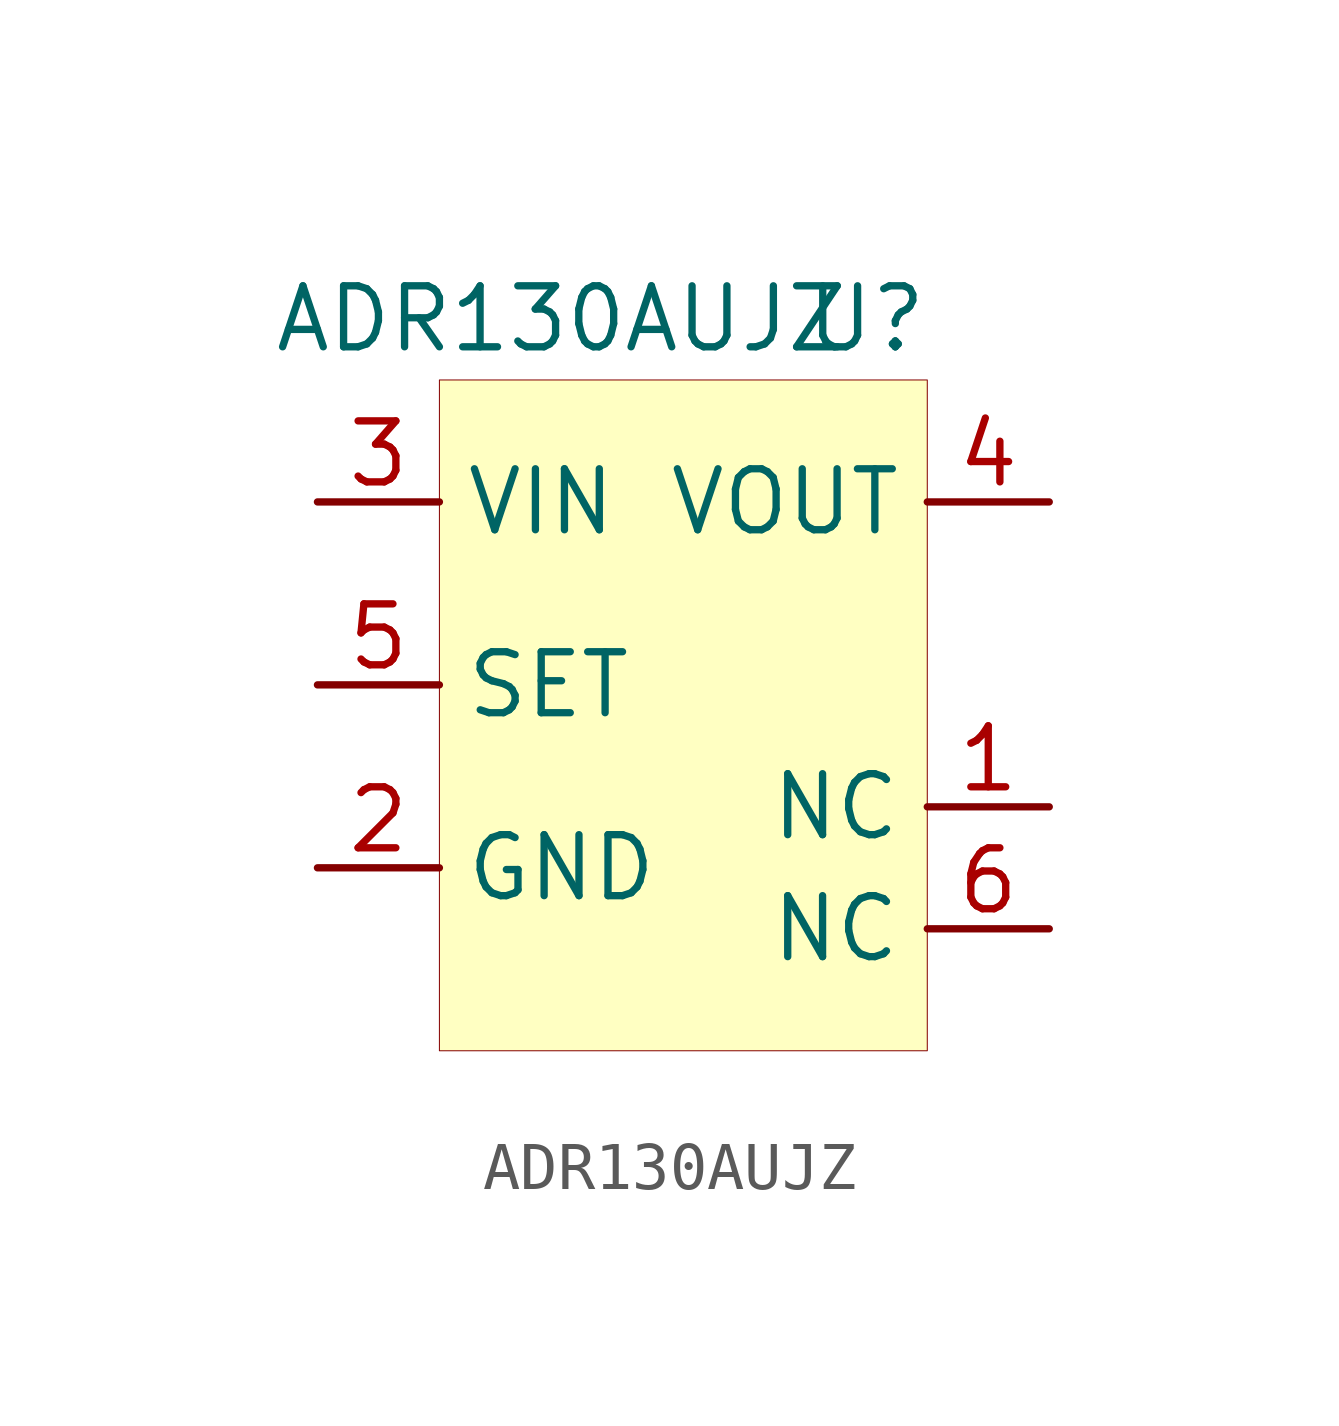
<source format=kicad_sym>
(kicad_symbol_lib
  (version 20201005)
  (generator kicad_symbol_editor)
  (symbol "User_VoltageReferences:ADR130AUJZ"
    (property "Reference" "U"
      (at 3.81 -1.27 0)
      (effects (font (size 1.27 1.27))))
    (property "Value" "ADR130AUJZ"
      (at -2.54 -1.27 0)
      (effects (font (size 1.27 1.27))))
    (symbol "ADR130AUJZ_0_1"
      (rectangle (start -5.08 -2.54) (end 5.08 -16.51) (stroke (width 0.001)) (fill (type background))))
    (symbol "ADR130AUJZ_1_1"
      (pin input line (at -7.62 -8.89 0) (length 2.54) (name "SET" (effects (font (size 1.27 1.27)))) (number "5" (effects (font (size 1.27 1.27)))))
      (pin input line (at 7.62 -5.08 180) (length 2.54) (name "VOUT" (effects (font (size 1.27 1.27)))) (number "4" (effects (font (size 1.27 1.27)))))
      (pin input line (at -7.62 -5.08 0) (length 2.54) (name "VIN" (effects (font (size 1.27 1.27)))) (number "3" (effects (font (size 1.27 1.27)))))
      (pin input line (at -7.62 -12.7 0) (length 2.54) (name "GND" (effects (font (size 1.27 1.27)))) (number "2" (effects (font (size 1.27 1.27)))))
      (pin input line (at 7.62 -11.43 180) (length 2.54) (name "NC" (effects (font (size 1.27 1.27)))) (number "1" (effects (font (size 1.27 1.27)))))
      (pin input line (at 7.62 -13.97 180) (length 2.54) (name "NC" (effects (font (size 1.27 1.27)))) (number "6" (effects (font (size 1.27 1.27))))))))
</source>
